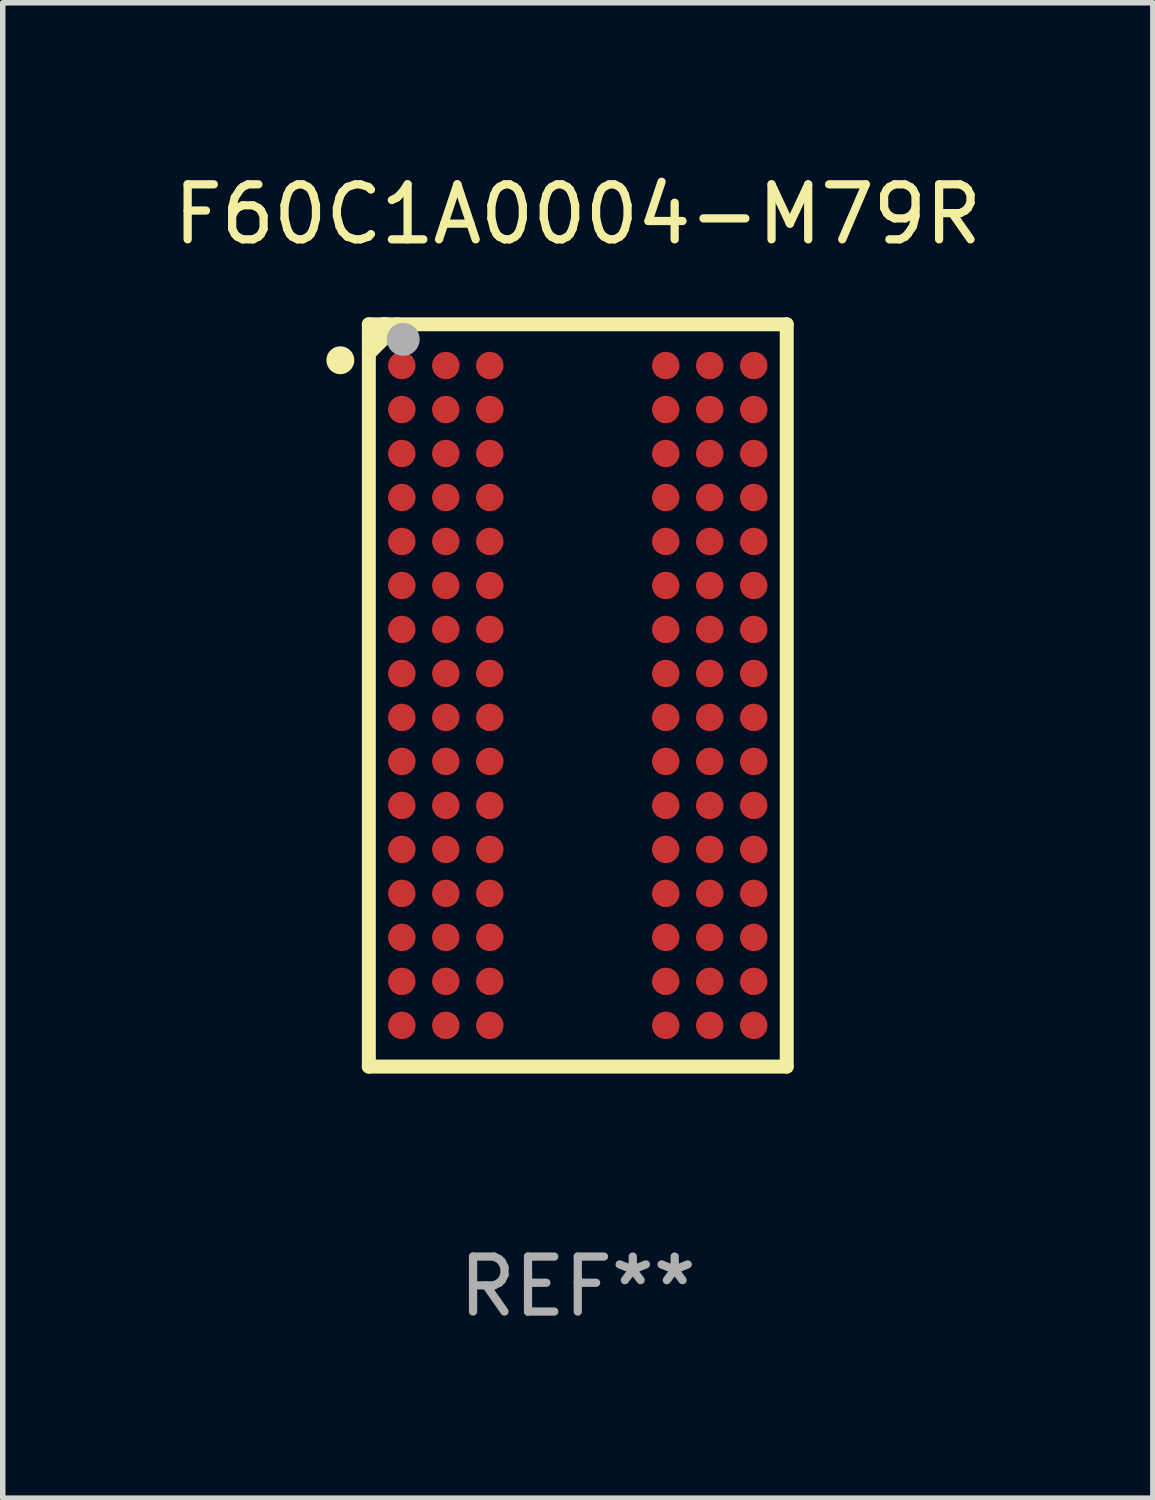
<source format=kicad_pcb>
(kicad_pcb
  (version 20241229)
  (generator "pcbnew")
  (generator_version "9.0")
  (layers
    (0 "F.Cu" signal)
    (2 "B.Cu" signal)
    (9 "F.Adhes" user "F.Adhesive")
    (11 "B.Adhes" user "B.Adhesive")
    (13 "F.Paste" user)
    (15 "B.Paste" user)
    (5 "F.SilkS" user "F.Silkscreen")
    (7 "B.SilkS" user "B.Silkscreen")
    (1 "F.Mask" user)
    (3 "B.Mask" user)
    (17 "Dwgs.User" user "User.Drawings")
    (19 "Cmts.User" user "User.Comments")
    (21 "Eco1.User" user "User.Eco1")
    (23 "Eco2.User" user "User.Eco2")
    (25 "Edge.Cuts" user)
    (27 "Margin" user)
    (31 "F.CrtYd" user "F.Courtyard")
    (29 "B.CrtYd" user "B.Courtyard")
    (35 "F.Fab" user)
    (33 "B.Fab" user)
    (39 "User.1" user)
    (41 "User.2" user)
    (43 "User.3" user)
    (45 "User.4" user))
  (footprint "F60C1A0004-M79R"
    (layer "F.Cu")
    (at 7.458 9.598)
    (property "Reference" "F60C1A0004-M79R" (at 0 -8.75 0) (layer "F.SilkS") (effects (font (size 1 1) (thickness 0.15))))
    (attr through_hole)
    (fp_line (start -3.8 -6.75) (end -3.8 6.75) (stroke (width 0.254) (type solid)) (layer "F.SilkS"))
    (fp_line (start -3.8 -6.75) (end 3.8 -6.75) (stroke (width 0.254) (type solid)) (layer "F.SilkS"))
    (fp_line (start -3.8 6.75) (end 3.8 6.75) (stroke (width 0.254) (type solid)) (layer "F.SilkS"))
    (fp_line (start -3.53 -6.75) (end -3.8 -6.48) (stroke (width 0.254) (type solid)) (layer "F.SilkS"))
    (fp_line (start -3.471 -6.75) (end -3.53 -6.75) (stroke (width 0.254) (type solid)) (layer "F.SilkS"))
    (fp_line (start -3.283 -6.75) (end -3.283 -6.734) (stroke (width 0.254) (type solid)) (layer "F.SilkS"))
    (fp_line (start -3.283 -6.734) (end -3.8 -6.217) (stroke (width 0.254) (type solid)) (layer "F.SilkS"))
    (fp_line (start 3.8 -6.75) (end 3.8 6.75) (stroke (width 0.254) (type solid)) (layer "F.SilkS"))
    (fp_circle (center -4.318 -6.096) (end -4.191 -6.096) (stroke (width 0.254) (type solid)) (fill no) (layer "F.SilkS"))
    (fp_circle (center -3.75 -6.75) (end -3.72 -6.75) (stroke (width 0.06) (type solid)) (fill no) (layer "F.SilkS"))
    (fp_circle (center -3.175 -6.477) (end -3.025 -6.477) (stroke (width 0.3) (type solid)) (fill no) (layer "F.Fab"))
    (fp_text user "REF**" (at 0 10.75 0) (layer "F.Fab") (effects (font (size 1 1) (thickness 0.15))))
    (pad "A1" smd circle (at -3.2 -6) (size 0.5 0.5) (layers "F.Cu" "F.Mask" "F.Paste"))
    (pad "A2" smd circle (at -2.4 -6) (size 0.5 0.5) (layers "F.Cu" "F.Mask" "F.Paste"))
    (pad "A3" smd circle (at -1.6 -6) (size 0.5 0.5) (layers "F.Cu" "F.Mask" "F.Paste"))
    (pad "A7" smd circle (at 1.6 -6) (size 0.5 0.5) (layers "F.Cu" "F.Mask" "F.Paste"))
    (pad "A8" smd circle (at 2.4 -6) (size 0.5 0.5) (layers "F.Cu" "F.Mask" "F.Paste"))
    (pad "A9" smd circle (at 3.2 -6) (size 0.5 0.5) (layers "F.Cu" "F.Mask" "F.Paste"))
    (pad "B1" smd circle (at -3.2 -5.2) (size 0.5 0.5) (layers "F.Cu" "F.Mask" "F.Paste"))
    (pad "B2" smd circle (at -2.4 -5.2) (size 0.5 0.5) (layers "F.Cu" "F.Mask" "F.Paste"))
    (pad "B3" smd circle (at -1.6 -5.2) (size 0.5 0.5) (layers "F.Cu" "F.Mask" "F.Paste"))
    (pad "B7" smd circle (at 1.6 -5.2) (size 0.5 0.5) (layers "F.Cu" "F.Mask" "F.Paste"))
    (pad "B8" smd circle (at 2.4 -5.2) (size 0.5 0.5) (layers "F.Cu" "F.Mask" "F.Paste"))
    (pad "B9" smd circle (at 3.2 -5.2) (size 0.5 0.5) (layers "F.Cu" "F.Mask" "F.Paste"))
    (pad "C1" smd circle (at -3.2 -4.4) (size 0.5 0.5) (layers "F.Cu" "F.Mask" "F.Paste"))
    (pad "C2" smd circle (at -2.4 -4.4) (size 0.5 0.5) (layers "F.Cu" "F.Mask" "F.Paste"))
    (pad "C3" smd circle (at -1.6 -4.4) (size 0.5 0.5) (layers "F.Cu" "F.Mask" "F.Paste"))
    (pad "C7" smd circle (at 1.6 -4.4) (size 0.5 0.5) (layers "F.Cu" "F.Mask" "F.Paste"))
    (pad "C8" smd circle (at 2.4 -4.4) (size 0.5 0.5) (layers "F.Cu" "F.Mask" "F.Paste"))
    (pad "C9" smd circle (at 3.2 -4.4) (size 0.5 0.5) (layers "F.Cu" "F.Mask" "F.Paste"))
    (pad "D1" smd circle (at -3.2 -3.6) (size 0.5 0.5) (layers "F.Cu" "F.Mask" "F.Paste"))
    (pad "D2" smd circle (at -2.4 -3.6) (size 0.5 0.5) (layers "F.Cu" "F.Mask" "F.Paste"))
    (pad "D3" smd circle (at -1.6 -3.6) (size 0.5 0.5) (layers "F.Cu" "F.Mask" "F.Paste"))
    (pad "D7" smd circle (at 1.6 -3.6) (size 0.5 0.5) (layers "F.Cu" "F.Mask" "F.Paste"))
    (pad "D8" smd circle (at 2.4 -3.6) (size 0.5 0.5) (layers "F.Cu" "F.Mask" "F.Paste"))
    (pad "D9" smd circle (at 3.2 -3.6) (size 0.5 0.5) (layers "F.Cu" "F.Mask" "F.Paste"))
    (pad "E1" smd circle (at -3.2 -2.8) (size 0.5 0.5) (layers "F.Cu" "F.Mask" "F.Paste"))
    (pad "E2" smd circle (at -2.4 -2.8) (size 0.5 0.5) (layers "F.Cu" "F.Mask" "F.Paste"))
    (pad "E3" smd circle (at -1.6 -2.8) (size 0.5 0.5) (layers "F.Cu" "F.Mask" "F.Paste"))
    (pad "E7" smd circle (at 1.6 -2.8) (size 0.5 0.5) (layers "F.Cu" "F.Mask" "F.Paste"))
    (pad "E8" smd circle (at 2.4 -2.8) (size 0.5 0.5) (layers "F.Cu" "F.Mask" "F.Paste"))
    (pad "E9" smd circle (at 3.2 -2.8) (size 0.5 0.5) (layers "F.Cu" "F.Mask" "F.Paste"))
    (pad "F1" smd circle (at -3.2 -2) (size 0.5 0.5) (layers "F.Cu" "F.Mask" "F.Paste"))
    (pad "F2" smd circle (at -2.4 -2) (size 0.5 0.5) (layers "F.Cu" "F.Mask" "F.Paste"))
    (pad "F3" smd circle (at -1.6 -2) (size 0.5 0.5) (layers "F.Cu" "F.Mask" "F.Paste"))
    (pad "F7" smd circle (at 1.6 -2) (size 0.5 0.5) (layers "F.Cu" "F.Mask" "F.Paste"))
    (pad "F8" smd circle (at 2.4 -2) (size 0.5 0.5) (layers "F.Cu" "F.Mask" "F.Paste"))
    (pad "F9" smd circle (at 3.2 -2) (size 0.5 0.5) (layers "F.Cu" "F.Mask" "F.Paste"))
    (pad "G1" smd circle (at -3.2 -1.2) (size 0.5 0.5) (layers "F.Cu" "F.Mask" "F.Paste"))
    (pad "G2" smd circle (at -2.4 -1.2) (size 0.5 0.5) (layers "F.Cu" "F.Mask" "F.Paste"))
    (pad "G3" smd circle (at -1.6 -1.2) (size 0.5 0.5) (layers "F.Cu" "F.Mask" "F.Paste"))
    (pad "G7" smd circle (at 1.6 -1.2) (size 0.5 0.5) (layers "F.Cu" "F.Mask" "F.Paste"))
    (pad "G8" smd circle (at 2.4 -1.2) (size 0.5 0.5) (layers "F.Cu" "F.Mask" "F.Paste"))
    (pad "G9" smd circle (at 3.2 -1.2) (size 0.5 0.5) (layers "F.Cu" "F.Mask" "F.Paste"))
    (pad "H1" smd circle (at -3.2 -0.4) (size 0.5 0.5) (layers "F.Cu" "F.Mask" "F.Paste"))
    (pad "H2" smd circle (at -2.4 -0.4) (size 0.5 0.5) (layers "F.Cu" "F.Mask" "F.Paste"))
    (pad "H3" smd circle (at -1.6 -0.4) (size 0.5 0.5) (layers "F.Cu" "F.Mask" "F.Paste"))
    (pad "H7" smd circle (at 1.6 -0.4) (size 0.5 0.5) (layers "F.Cu" "F.Mask" "F.Paste"))
    (pad "H8" smd circle (at 2.4 -0.4) (size 0.5 0.5) (layers "F.Cu" "F.Mask" "F.Paste"))
    (pad "H9" smd circle (at 3.2 -0.4) (size 0.5 0.5) (layers "F.Cu" "F.Mask" "F.Paste"))
    (pad "J1" smd circle (at -3.2 0.4) (size 0.5 0.5) (layers "F.Cu" "F.Mask" "F.Paste"))
    (pad "J2" smd circle (at -2.4 0.4) (size 0.5 0.5) (layers "F.Cu" "F.Mask" "F.Paste"))
    (pad "J3" smd circle (at -1.6 0.4) (size 0.5 0.5) (layers "F.Cu" "F.Mask" "F.Paste"))
    (pad "J7" smd circle (at 1.6 0.4) (size 0.5 0.5) (layers "F.Cu" "F.Mask" "F.Paste"))
    (pad "J8" smd circle (at 2.4 0.4) (size 0.5 0.5) (layers "F.Cu" "F.Mask" "F.Paste"))
    (pad "J9" smd circle (at 3.2 0.4) (size 0.5 0.5) (layers "F.Cu" "F.Mask" "F.Paste"))
    (pad "K1" smd circle (at -3.2 1.2) (size 0.5 0.5) (layers "F.Cu" "F.Mask" "F.Paste"))
    (pad "K2" smd circle (at -2.4 1.2) (size 0.5 0.5) (layers "F.Cu" "F.Mask" "F.Paste"))
    (pad "K3" smd circle (at -1.6 1.2) (size 0.5 0.5) (layers "F.Cu" "F.Mask" "F.Paste"))
    (pad "K7" smd circle (at 1.6 1.2) (size 0.5 0.5) (layers "F.Cu" "F.Mask" "F.Paste"))
    (pad "K8" smd circle (at 2.4 1.2) (size 0.5 0.5) (layers "F.Cu" "F.Mask" "F.Paste"))
    (pad "K9" smd circle (at 3.2 1.2) (size 0.5 0.5) (layers "F.Cu" "F.Mask" "F.Paste"))
    (pad "L1" smd circle (at -3.2 2) (size 0.5 0.5) (layers "F.Cu" "F.Mask" "F.Paste"))
    (pad "L2" smd circle (at -2.4 2) (size 0.5 0.5) (layers "F.Cu" "F.Mask" "F.Paste"))
    (pad "L3" smd circle (at -1.6 2) (size 0.5 0.5) (layers "F.Cu" "F.Mask" "F.Paste"))
    (pad "L7" smd circle (at 1.6 2) (size 0.5 0.5) (layers "F.Cu" "F.Mask" "F.Paste"))
    (pad "L8" smd circle (at 2.4 2) (size 0.5 0.5) (layers "F.Cu" "F.Mask" "F.Paste"))
    (pad "L9" smd circle (at 3.2 2) (size 0.5 0.5) (layers "F.Cu" "F.Mask" "F.Paste"))
    (pad "M1" smd circle (at -3.2 2.8) (size 0.5 0.5) (layers "F.Cu" "F.Mask" "F.Paste"))
    (pad "M2" smd circle (at -2.4 2.8) (size 0.5 0.5) (layers "F.Cu" "F.Mask" "F.Paste"))
    (pad "M3" smd circle (at -1.6 2.8) (size 0.5 0.5) (layers "F.Cu" "F.Mask" "F.Paste"))
    (pad "M7" smd circle (at 1.6 2.8) (size 0.5 0.5) (layers "F.Cu" "F.Mask" "F.Paste"))
    (pad "M8" smd circle (at 2.4 2.8) (size 0.5 0.5) (layers "F.Cu" "F.Mask" "F.Paste"))
    (pad "M9" smd circle (at 3.2 2.8) (size 0.5 0.5) (layers "F.Cu" "F.Mask" "F.Paste"))
    (pad "N1" smd circle (at -3.2 3.6) (size 0.5 0.5) (layers "F.Cu" "F.Mask" "F.Paste"))
    (pad "N2" smd circle (at -2.4 3.6) (size 0.5 0.5) (layers "F.Cu" "F.Mask" "F.Paste"))
    (pad "N3" smd circle (at -1.6 3.6) (size 0.5 0.5) (layers "F.Cu" "F.Mask" "F.Paste"))
    (pad "N7" smd circle (at 1.6 3.6) (size 0.5 0.5) (layers "F.Cu" "F.Mask" "F.Paste"))
    (pad "N8" smd circle (at 2.4 3.6) (size 0.5 0.5) (layers "F.Cu" "F.Mask" "F.Paste"))
    (pad "N9" smd circle (at 3.2 3.6) (size 0.5 0.5) (layers "F.Cu" "F.Mask" "F.Paste"))
    (pad "P1" smd circle (at -3.2 4.4) (size 0.5 0.5) (layers "F.Cu" "F.Mask" "F.Paste"))
    (pad "P2" smd circle (at -2.4 4.4) (size 0.5 0.5) (layers "F.Cu" "F.Mask" "F.Paste"))
    (pad "P3" smd circle (at -1.6 4.4) (size 0.5 0.5) (layers "F.Cu" "F.Mask" "F.Paste"))
    (pad "P7" smd circle (at 1.6 4.4) (size 0.5 0.5) (layers "F.Cu" "F.Mask" "F.Paste"))
    (pad "P8" smd circle (at 2.4 4.4) (size 0.5 0.5) (layers "F.Cu" "F.Mask" "F.Paste"))
    (pad "P9" smd circle (at 3.2 4.4) (size 0.5 0.5) (layers "F.Cu" "F.Mask" "F.Paste"))
    (pad "R1" smd circle (at -3.2 5.2) (size 0.5 0.5) (layers "F.Cu" "F.Mask" "F.Paste"))
    (pad "R2" smd circle (at -2.4 5.2) (size 0.5 0.5) (layers "F.Cu" "F.Mask" "F.Paste"))
    (pad "R3" smd circle (at -1.6 5.2) (size 0.5 0.5) (layers "F.Cu" "F.Mask" "F.Paste"))
    (pad "R7" smd circle (at 1.6 5.2) (size 0.5 0.5) (layers "F.Cu" "F.Mask" "F.Paste"))
    (pad "R8" smd circle (at 2.4 5.2) (size 0.5 0.5) (layers "F.Cu" "F.Mask" "F.Paste"))
    (pad "R9" smd circle (at 3.2 5.2) (size 0.5 0.5) (layers "F.Cu" "F.Mask" "F.Paste"))
    (pad "T1" smd circle (at -3.2 6) (size 0.5 0.5) (layers "F.Cu" "F.Mask" "F.Paste"))
    (pad "T2" smd circle (at -2.4 6) (size 0.5 0.5) (layers "F.Cu" "F.Mask" "F.Paste"))
    (pad "T3" smd circle (at -1.6 6) (size 0.5 0.5) (layers "F.Cu" "F.Mask" "F.Paste"))
    (pad "T7" smd circle (at 1.6 6) (size 0.5 0.5) (layers "F.Cu" "F.Mask" "F.Paste"))
    (pad "T8" smd circle (at 2.4 6) (size 0.5 0.5) (layers "F.Cu" "F.Mask" "F.Paste"))
    (pad "T9" smd circle (at 3.2 6) (size 0.5 0.5) (layers "F.Cu" "F.Mask" "F.Paste")))
  (gr_rect
    (start -3 -3)
    (end 17.917 24.197)
    (stroke (width 0.1) (type default))
    (fill no)
    (layer "Edge.Cuts")))
</source>
